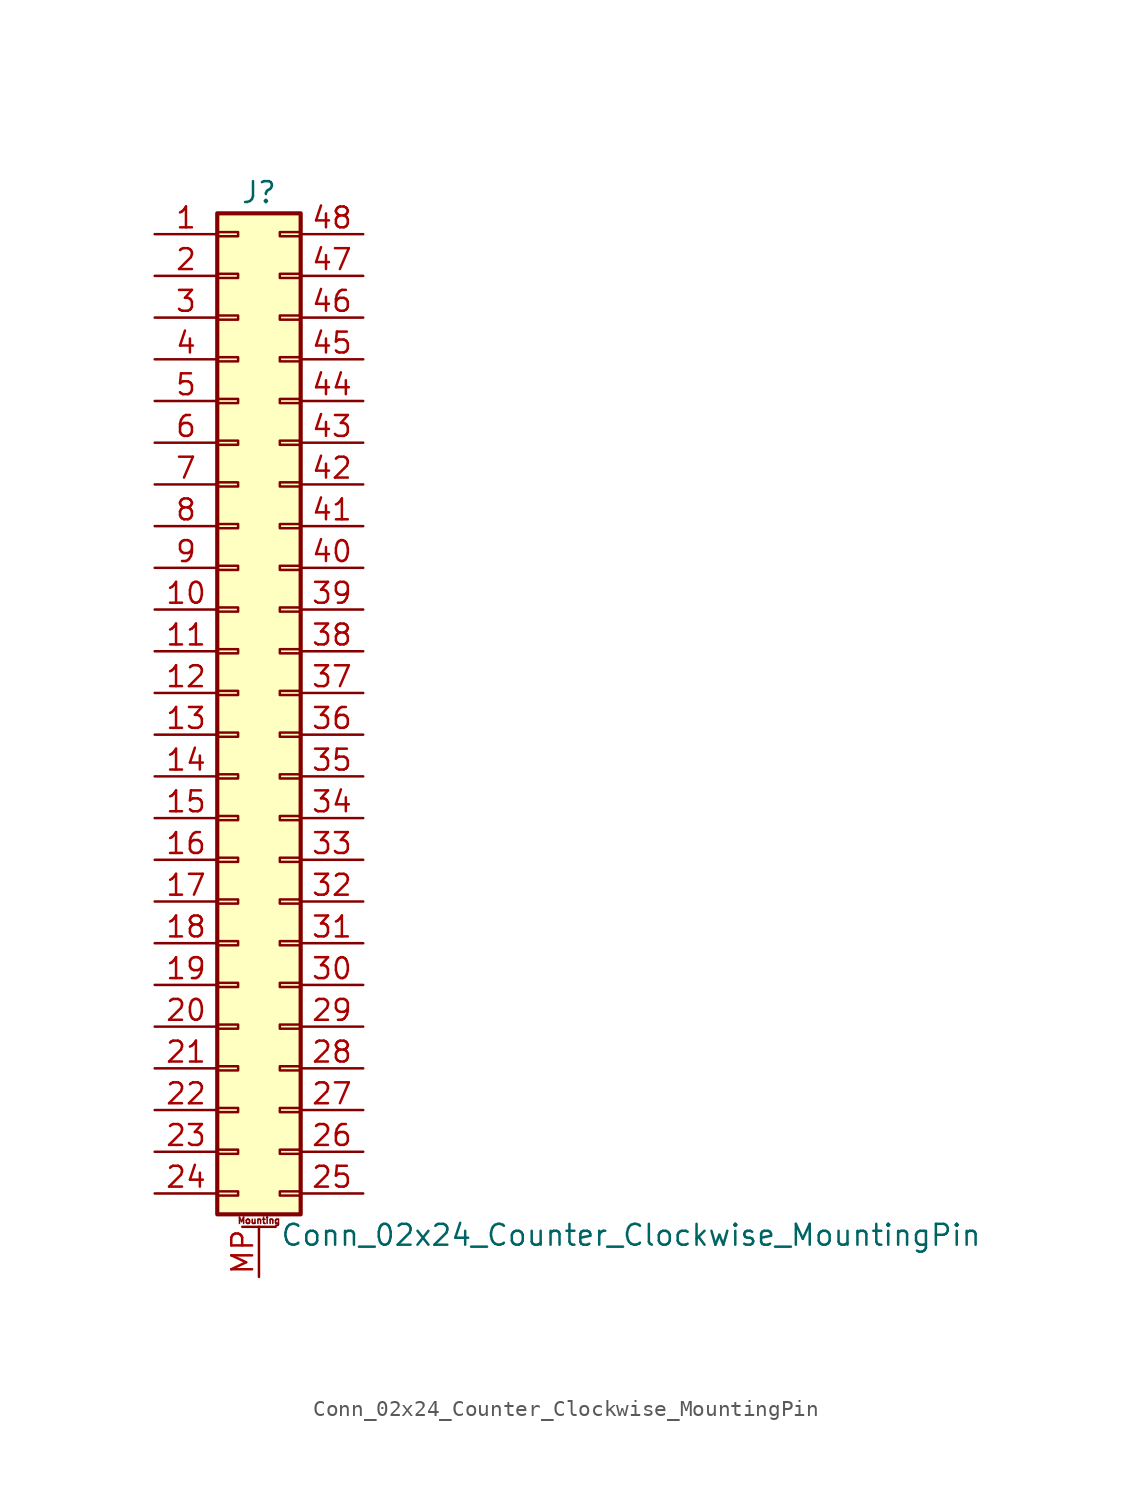
<source format=kicad_sym>
(kicad_symbol_lib
  (version 20220914)
  (generator kicad_symbol_editor)
  (symbol "Conn_02x24_Counter_Clockwise_MountingPin"
    (pin_names
      (offset 1.016) hide)
    (property "Reference" "J"
      (at 1.27 30.48 0)
      (effects (font (size 1.27 1.27))))
    (property "Value" "Conn_02x24_Counter_Clockwise_MountingPin"
      (at 2.54 -33.02 0)
      (effects (font (size 1.27 1.27)) (justify left)))
    (symbol "Conn_02x24_Counter_Clockwise_MountingPin_1_1"
      (rectangle (start -1.27 -30.353) (end 0 -30.607) (stroke (width 0.152) (type default)) (fill (type none)))
      (rectangle (start -1.27 -27.813) (end 0 -28.067) (stroke (width 0.152) (type default)) (fill (type none)))
      (rectangle (start -1.27 -25.273) (end 0 -25.527) (stroke (width 0.152) (type default)) (fill (type none)))
      (rectangle (start -1.27 -22.733) (end 0 -22.987) (stroke (width 0.152) (type default)) (fill (type none)))
      (rectangle (start -1.27 -20.193) (end 0 -20.447) (stroke (width 0.152) (type default)) (fill (type none)))
      (rectangle (start -1.27 -17.653) (end 0 -17.907) (stroke (width 0.152) (type default)) (fill (type none)))
      (rectangle (start -1.27 -15.113) (end 0 -15.367) (stroke (width 0.152) (type default)) (fill (type none)))
      (rectangle (start -1.27 -12.573) (end 0 -12.827) (stroke (width 0.152) (type default)) (fill (type none)))
      (rectangle (start -1.27 -10.033) (end 0 -10.287) (stroke (width 0.152) (type default)) (fill (type none)))
      (rectangle (start -1.27 -7.493) (end 0 -7.747) (stroke (width 0.152) (type default)) (fill (type none)))
      (rectangle (start -1.27 -4.953) (end 0 -5.207) (stroke (width 0.152) (type default)) (fill (type none)))
      (rectangle (start -1.27 -2.413) (end 0 -2.667) (stroke (width 0.152) (type default)) (fill (type none)))
      (rectangle (start -1.27 0.127) (end 0 -0.127) (stroke (width 0.152) (type default)) (fill (type none)))
      (rectangle (start -1.27 2.667) (end 0 2.413) (stroke (width 0.152) (type default)) (fill (type none)))
      (rectangle (start -1.27 5.207) (end 0 4.953) (stroke (width 0.152) (type default)) (fill (type none)))
      (rectangle (start -1.27 7.747) (end 0 7.493) (stroke (width 0.152) (type default)) (fill (type none)))
      (rectangle (start -1.27 10.287) (end 0 10.033) (stroke (width 0.152) (type default)) (fill (type none)))
      (rectangle (start -1.27 12.827) (end 0 12.573) (stroke (width 0.152) (type default)) (fill (type none)))
      (rectangle (start -1.27 15.367) (end 0 15.113) (stroke (width 0.152) (type default)) (fill (type none)))
      (rectangle (start -1.27 17.907) (end 0 17.653) (stroke (width 0.152) (type default)) (fill (type none)))
      (rectangle (start -1.27 20.447) (end 0 20.193) (stroke (width 0.152) (type default)) (fill (type none)))
      (rectangle (start -1.27 22.987) (end 0 22.733) (stroke (width 0.152) (type default)) (fill (type none)))
      (rectangle (start -1.27 25.527) (end 0 25.273) (stroke (width 0.152) (type default)) (fill (type none)))
      (rectangle (start -1.27 28.067) (end 0 27.813) (stroke (width 0.152) (type default)) (fill (type none)))
      (rectangle (start -1.27 29.21) (end 3.81 -31.75) (stroke (width 0.254) (type default)) (fill (type background)))
      (polyline (pts (xy 0.254 -32.512) (xy 2.286 -32.512)) (stroke (width 0.152) (type default)) (fill (type none)))
      (rectangle (start 3.81 -30.353) (end 2.54 -30.607) (stroke (width 0.152) (type default)) (fill (type none)))
      (rectangle (start 3.81 -27.813) (end 2.54 -28.067) (stroke (width 0.152) (type default)) (fill (type none)))
      (rectangle (start 3.81 -25.273) (end 2.54 -25.527) (stroke (width 0.152) (type default)) (fill (type none)))
      (rectangle (start 3.81 -22.733) (end 2.54 -22.987) (stroke (width 0.152) (type default)) (fill (type none)))
      (rectangle (start 3.81 -20.193) (end 2.54 -20.447) (stroke (width 0.152) (type default)) (fill (type none)))
      (rectangle (start 3.81 -17.653) (end 2.54 -17.907) (stroke (width 0.152) (type default)) (fill (type none)))
      (rectangle (start 3.81 -15.113) (end 2.54 -15.367) (stroke (width 0.152) (type default)) (fill (type none)))
      (rectangle (start 3.81 -12.573) (end 2.54 -12.827) (stroke (width 0.152) (type default)) (fill (type none)))
      (rectangle (start 3.81 -10.033) (end 2.54 -10.287) (stroke (width 0.152) (type default)) (fill (type none)))
      (rectangle (start 3.81 -7.493) (end 2.54 -7.747) (stroke (width 0.152) (type default)) (fill (type none)))
      (rectangle (start 3.81 -4.953) (end 2.54 -5.207) (stroke (width 0.152) (type default)) (fill (type none)))
      (rectangle (start 3.81 -2.413) (end 2.54 -2.667) (stroke (width 0.152) (type default)) (fill (type none)))
      (rectangle (start 3.81 0.127) (end 2.54 -0.127) (stroke (width 0.152) (type default)) (fill (type none)))
      (rectangle (start 3.81 2.667) (end 2.54 2.413) (stroke (width 0.152) (type default)) (fill (type none)))
      (rectangle (start 3.81 5.207) (end 2.54 4.953) (stroke (width 0.152) (type default)) (fill (type none)))
      (rectangle (start 3.81 7.747) (end 2.54 7.493) (stroke (width 0.152) (type default)) (fill (type none)))
      (rectangle (start 3.81 10.287) (end 2.54 10.033) (stroke (width 0.152) (type default)) (fill (type none)))
      (rectangle (start 3.81 12.827) (end 2.54 12.573) (stroke (width 0.152) (type default)) (fill (type none)))
      (rectangle (start 3.81 15.367) (end 2.54 15.113) (stroke (width 0.152) (type default)) (fill (type none)))
      (rectangle (start 3.81 17.907) (end 2.54 17.653) (stroke (width 0.152) (type default)) (fill (type none)))
      (rectangle (start 3.81 20.447) (end 2.54 20.193) (stroke (width 0.152) (type default)) (fill (type none)))
      (rectangle (start 3.81 22.987) (end 2.54 22.733) (stroke (width 0.152) (type default)) (fill (type none)))
      (rectangle (start 3.81 25.527) (end 2.54 25.273) (stroke (width 0.152) (type default)) (fill (type none)))
      (rectangle (start 3.81 28.067) (end 2.54 27.813) (stroke (width 0.152) (type default)) (fill (type none)))
      (text "Mounting" (at 1.27 -32.131 0) (effects (font (size 0.381 0.381))))
      (pin passive line (at -5.08 27.94 0) (length 3.81) (name "Pin_1" (effects (font (size 1.27 1.27)))) (number "1" (effects (font (size 1.27 1.27)))))
      (pin passive line (at -5.08 5.08 0) (length 3.81) (name "Pin_10" (effects (font (size 1.27 1.27)))) (number "10" (effects (font (size 1.27 1.27)))))
      (pin passive line (at -5.08 2.54 0) (length 3.81) (name "Pin_11" (effects (font (size 1.27 1.27)))) (number "11" (effects (font (size 1.27 1.27)))))
      (pin passive line (at -5.08 0 0) (length 3.81) (name "Pin_12" (effects (font (size 1.27 1.27)))) (number "12" (effects (font (size 1.27 1.27)))))
      (pin passive line (at -5.08 -2.54 0) (length 3.81) (name "Pin_13" (effects (font (size 1.27 1.27)))) (number "13" (effects (font (size 1.27 1.27)))))
      (pin passive line (at -5.08 -5.08 0) (length 3.81) (name "Pin_14" (effects (font (size 1.27 1.27)))) (number "14" (effects (font (size 1.27 1.27)))))
      (pin passive line (at -5.08 -7.62 0) (length 3.81) (name "Pin_15" (effects (font (size 1.27 1.27)))) (number "15" (effects (font (size 1.27 1.27)))))
      (pin passive line (at -5.08 -10.16 0) (length 3.81) (name "Pin_16" (effects (font (size 1.27 1.27)))) (number "16" (effects (font (size 1.27 1.27)))))
      (pin passive line (at -5.08 -12.7 0) (length 3.81) (name "Pin_17" (effects (font (size 1.27 1.27)))) (number "17" (effects (font (size 1.27 1.27)))))
      (pin passive line (at -5.08 -15.24 0) (length 3.81) (name "Pin_18" (effects (font (size 1.27 1.27)))) (number "18" (effects (font (size 1.27 1.27)))))
      (pin passive line (at -5.08 -17.78 0) (length 3.81) (name "Pin_19" (effects (font (size 1.27 1.27)))) (number "19" (effects (font (size 1.27 1.27)))))
      (pin passive line (at -5.08 25.4 0) (length 3.81) (name "Pin_2" (effects (font (size 1.27 1.27)))) (number "2" (effects (font (size 1.27 1.27)))))
      (pin passive line (at -5.08 -20.32 0) (length 3.81) (name "Pin_20" (effects (font (size 1.27 1.27)))) (number "20" (effects (font (size 1.27 1.27)))))
      (pin passive line (at -5.08 -22.86 0) (length 3.81) (name "Pin_21" (effects (font (size 1.27 1.27)))) (number "21" (effects (font (size 1.27 1.27)))))
      (pin passive line (at -5.08 -25.4 0) (length 3.81) (name "Pin_22" (effects (font (size 1.27 1.27)))) (number "22" (effects (font (size 1.27 1.27)))))
      (pin passive line (at -5.08 -27.94 0) (length 3.81) (name "Pin_23" (effects (font (size 1.27 1.27)))) (number "23" (effects (font (size 1.27 1.27)))))
      (pin passive line (at -5.08 -30.48 0) (length 3.81) (name "Pin_24" (effects (font (size 1.27 1.27)))) (number "24" (effects (font (size 1.27 1.27)))))
      (pin passive line (at 7.62 -30.48 180) (length 3.81) (name "Pin_25" (effects (font (size 1.27 1.27)))) (number "25" (effects (font (size 1.27 1.27)))))
      (pin passive line (at 7.62 -27.94 180) (length 3.81) (name "Pin_26" (effects (font (size 1.27 1.27)))) (number "26" (effects (font (size 1.27 1.27)))))
      (pin passive line (at 7.62 -25.4 180) (length 3.81) (name "Pin_27" (effects (font (size 1.27 1.27)))) (number "27" (effects (font (size 1.27 1.27)))))
      (pin passive line (at 7.62 -22.86 180) (length 3.81) (name "Pin_28" (effects (font (size 1.27 1.27)))) (number "28" (effects (font (size 1.27 1.27)))))
      (pin passive line (at 7.62 -20.32 180) (length 3.81) (name "Pin_29" (effects (font (size 1.27 1.27)))) (number "29" (effects (font (size 1.27 1.27)))))
      (pin passive line (at -5.08 22.86 0) (length 3.81) (name "Pin_3" (effects (font (size 1.27 1.27)))) (number "3" (effects (font (size 1.27 1.27)))))
      (pin passive line (at 7.62 -17.78 180) (length 3.81) (name "Pin_30" (effects (font (size 1.27 1.27)))) (number "30" (effects (font (size 1.27 1.27)))))
      (pin passive line (at 7.62 -15.24 180) (length 3.81) (name "Pin_31" (effects (font (size 1.27 1.27)))) (number "31" (effects (font (size 1.27 1.27)))))
      (pin passive line (at 7.62 -12.7 180) (length 3.81) (name "Pin_32" (effects (font (size 1.27 1.27)))) (number "32" (effects (font (size 1.27 1.27)))))
      (pin passive line (at 7.62 -10.16 180) (length 3.81) (name "Pin_33" (effects (font (size 1.27 1.27)))) (number "33" (effects (font (size 1.27 1.27)))))
      (pin passive line (at 7.62 -7.62 180) (length 3.81) (name "Pin_34" (effects (font (size 1.27 1.27)))) (number "34" (effects (font (size 1.27 1.27)))))
      (pin passive line (at 7.62 -5.08 180) (length 3.81) (name "Pin_35" (effects (font (size 1.27 1.27)))) (number "35" (effects (font (size 1.27 1.27)))))
      (pin passive line (at 7.62 -2.54 180) (length 3.81) (name "Pin_36" (effects (font (size 1.27 1.27)))) (number "36" (effects (font (size 1.27 1.27)))))
      (pin passive line (at 7.62 0 180) (length 3.81) (name "Pin_37" (effects (font (size 1.27 1.27)))) (number "37" (effects (font (size 1.27 1.27)))))
      (pin passive line (at 7.62 2.54 180) (length 3.81) (name "Pin_38" (effects (font (size 1.27 1.27)))) (number "38" (effects (font (size 1.27 1.27)))))
      (pin passive line (at 7.62 5.08 180) (length 3.81) (name "Pin_39" (effects (font (size 1.27 1.27)))) (number "39" (effects (font (size 1.27 1.27)))))
      (pin passive line (at -5.08 20.32 0) (length 3.81) (name "Pin_4" (effects (font (size 1.27 1.27)))) (number "4" (effects (font (size 1.27 1.27)))))
      (pin passive line (at 7.62 7.62 180) (length 3.81) (name "Pin_40" (effects (font (size 1.27 1.27)))) (number "40" (effects (font (size 1.27 1.27)))))
      (pin passive line (at 7.62 10.16 180) (length 3.81) (name "Pin_41" (effects (font (size 1.27 1.27)))) (number "41" (effects (font (size 1.27 1.27)))))
      (pin passive line (at 7.62 12.7 180) (length 3.81) (name "Pin_42" (effects (font (size 1.27 1.27)))) (number "42" (effects (font (size 1.27 1.27)))))
      (pin passive line (at 7.62 15.24 180) (length 3.81) (name "Pin_43" (effects (font (size 1.27 1.27)))) (number "43" (effects (font (size 1.27 1.27)))))
      (pin passive line (at 7.62 17.78 180) (length 3.81) (name "Pin_44" (effects (font (size 1.27 1.27)))) (number "44" (effects (font (size 1.27 1.27)))))
      (pin passive line (at 7.62 20.32 180) (length 3.81) (name "Pin_45" (effects (font (size 1.27 1.27)))) (number "45" (effects (font (size 1.27 1.27)))))
      (pin passive line (at 7.62 22.86 180) (length 3.81) (name "Pin_46" (effects (font (size 1.27 1.27)))) (number "46" (effects (font (size 1.27 1.27)))))
      (pin passive line (at 7.62 25.4 180) (length 3.81) (name "Pin_47" (effects (font (size 1.27 1.27)))) (number "47" (effects (font (size 1.27 1.27)))))
      (pin passive line (at 7.62 27.94 180) (length 3.81) (name "Pin_48" (effects (font (size 1.27 1.27)))) (number "48" (effects (font (size 1.27 1.27)))))
      (pin passive line (at -5.08 17.78 0) (length 3.81) (name "Pin_5" (effects (font (size 1.27 1.27)))) (number "5" (effects (font (size 1.27 1.27)))))
      (pin passive line (at -5.08 15.24 0) (length 3.81) (name "Pin_6" (effects (font (size 1.27 1.27)))) (number "6" (effects (font (size 1.27 1.27)))))
      (pin passive line (at -5.08 12.7 0) (length 3.81) (name "Pin_7" (effects (font (size 1.27 1.27)))) (number "7" (effects (font (size 1.27 1.27)))))
      (pin passive line (at -5.08 10.16 0) (length 3.81) (name "Pin_8" (effects (font (size 1.27 1.27)))) (number "8" (effects (font (size 1.27 1.27)))))
      (pin passive line (at -5.08 7.62 0) (length 3.81) (name "Pin_9" (effects (font (size 1.27 1.27)))) (number "9" (effects (font (size 1.27 1.27)))))
      (pin passive line (at 1.27 -35.56 90) (length 3.048) (name "MountPin" (effects (font (size 1.27 1.27)))) (number "MP" (effects (font (size 1.27 1.27))))))))
</source>
